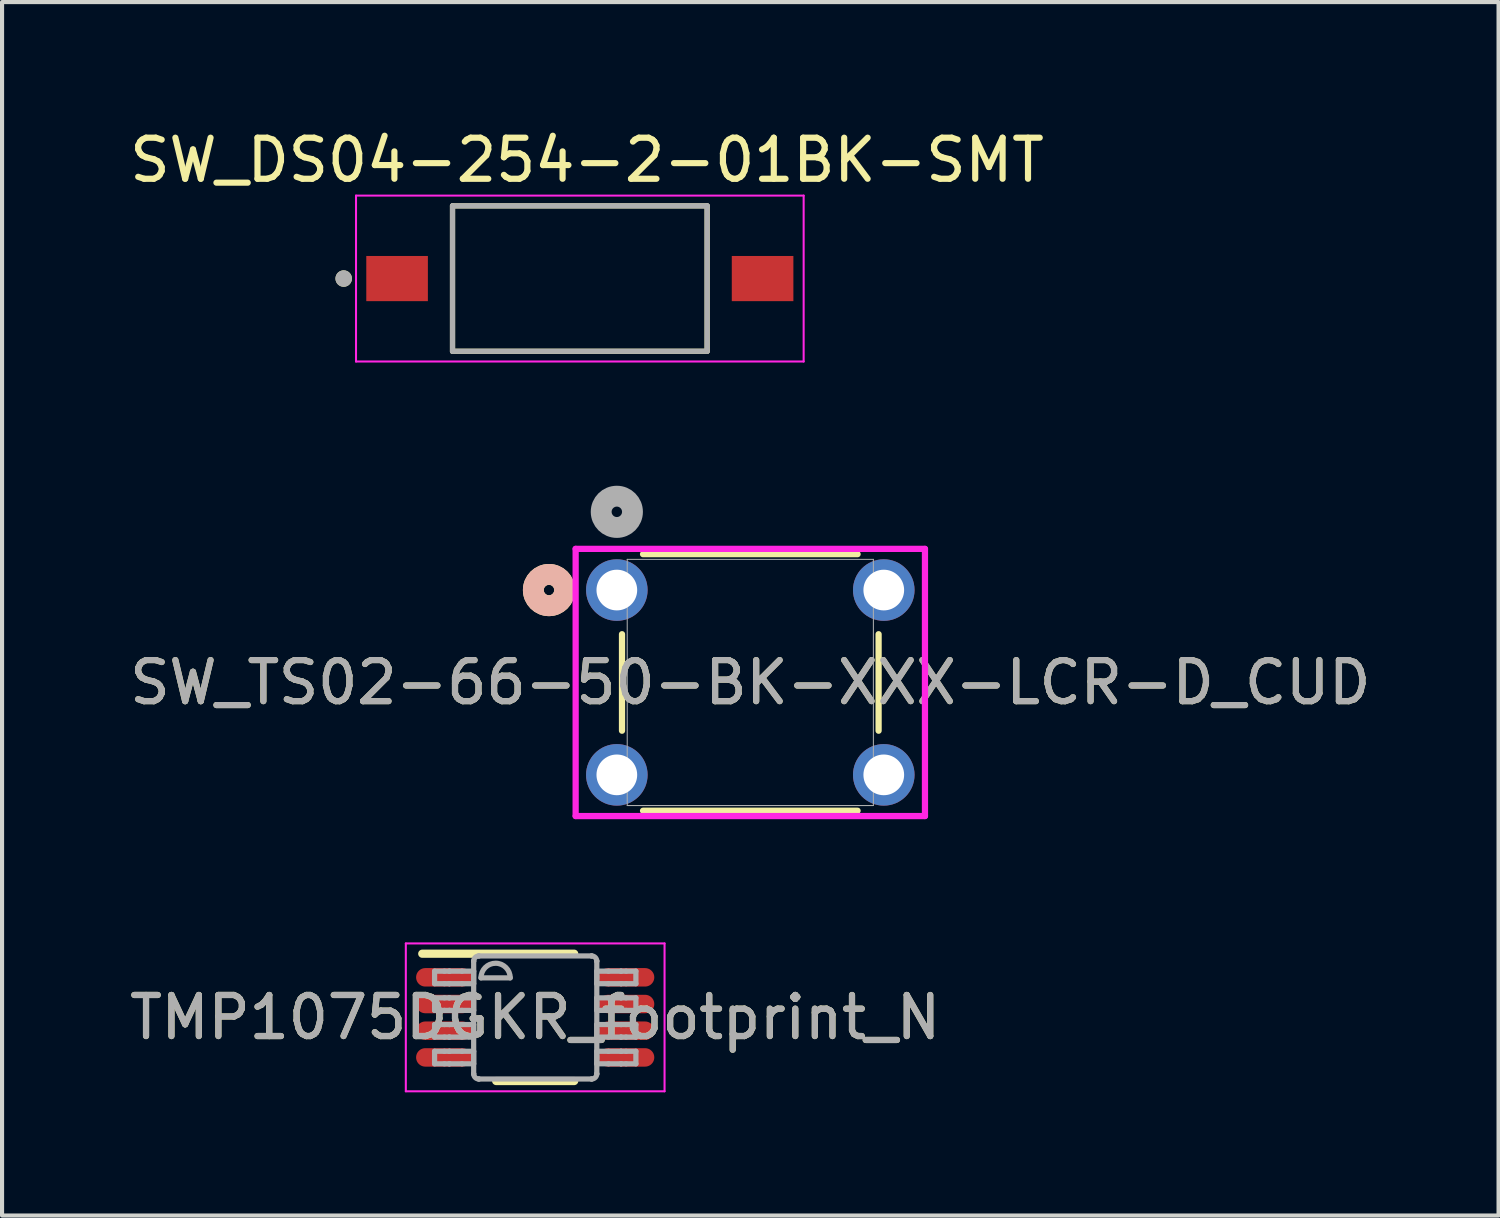
<source format=kicad_pcb>
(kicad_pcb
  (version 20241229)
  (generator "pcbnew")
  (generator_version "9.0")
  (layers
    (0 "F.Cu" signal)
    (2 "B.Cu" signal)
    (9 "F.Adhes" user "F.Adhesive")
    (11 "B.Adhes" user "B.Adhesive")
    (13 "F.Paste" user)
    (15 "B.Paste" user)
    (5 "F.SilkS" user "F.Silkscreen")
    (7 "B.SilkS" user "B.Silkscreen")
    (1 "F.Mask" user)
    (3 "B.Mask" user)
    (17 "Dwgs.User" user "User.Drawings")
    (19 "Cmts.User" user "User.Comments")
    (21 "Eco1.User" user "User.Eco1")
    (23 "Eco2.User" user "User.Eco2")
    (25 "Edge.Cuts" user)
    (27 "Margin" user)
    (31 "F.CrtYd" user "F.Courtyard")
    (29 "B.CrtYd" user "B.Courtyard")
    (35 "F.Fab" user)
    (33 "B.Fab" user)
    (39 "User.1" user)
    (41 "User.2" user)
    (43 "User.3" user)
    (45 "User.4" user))
  (footprint "SW_TS02-66-50-BK-XXX-LCR-D_CUD"
    (layer "F.Cu")
    (at 11.97 11.318)
    (property "Reference" "SW_TS02-66-50-BK-XXX-LCR-D_CUD" (at 3.25 2.25 0) (unlocked yes) (layer "F.SilkS") (effects (font (size 1 1) (thickness 0.15))))
    (attr through_hole)
    (fp_line (start 0.126 1.075) (end 0.126 3.425) (stroke (width 0.152) (type solid)) (layer "F.SilkS"))
    (fp_line (start 0.638 5.374) (end 5.862 5.374) (stroke (width 0.152) (type solid)) (layer "F.SilkS"))
    (fp_line (start 5.862 -0.874) (end 0.638 -0.874) (stroke (width 0.152) (type solid)) (layer "F.SilkS"))
    (fp_line (start 6.374 3.425) (end 6.374 1.075) (stroke (width 0.152) (type solid)) (layer "F.SilkS"))
    (fp_circle (center -1.652 0) (end -1.271 0) (stroke (width 0.508) (type solid)) (fill no) (layer "F.SilkS"))
    (fp_circle (center -1.652 0) (end -1.271 0) (stroke (width 0.508) (type solid)) (fill no) (layer "B.SilkS"))
    (fp_line (start -1.003 -1.003) (end -1.003 5.503) (stroke (width 0.152) (type solid)) (layer "F.CrtYd"))
    (fp_line (start -1.003 5.503) (end 7.503 5.503) (stroke (width 0.152) (type solid)) (layer "F.CrtYd"))
    (fp_line (start 7.503 -1.003) (end -1.003 -1.003) (stroke (width 0.152) (type solid)) (layer "F.CrtYd"))
    (fp_line (start 7.503 5.503) (end 7.503 -1.003) (stroke (width 0.152) (type solid)) (layer "F.CrtYd"))
    (fp_line (start 0.253 -0.747) (end 0.253 5.247) (stroke (width 0.025) (type solid)) (layer "F.Fab"))
    (fp_line (start 0.253 5.247) (end 6.247 5.247) (stroke (width 0.025) (type solid)) (layer "F.Fab"))
    (fp_line (start 6.247 -0.747) (end 0.253 -0.747) (stroke (width 0.025) (type solid)) (layer "F.Fab"))
    (fp_line (start 6.247 5.247) (end 6.247 -0.747) (stroke (width 0.025) (type solid)) (layer "F.Fab"))
    (fp_circle (center 0 -1.905) (end 0.381 -1.905) (stroke (width 0.508) (type solid)) (fill no) (layer "F.Fab"))
    (fp_text user "${REFERENCE}" (at 3.25 2.25 0) (unlocked yes) (layer "F.Fab") (effects (font (size 1 1) (thickness 0.15))))
    (pad "1" thru_hole circle (at 0 0) (size 1.499 1.499) (drill 0.991) (layers "*.Cu" "*.Mask"))
    (pad "2" thru_hole circle (at 6.5 0) (size 1.499 1.499) (drill 0.991) (layers "*.Cu" "*.Mask"))
    (pad "3" thru_hole circle (at 0 4.5) (size 1.499 1.499) (drill 0.991) (layers "*.Cu" "*.Mask"))
    (pad "4" thru_hole circle (at 6.5 4.5) (size 1.499 1.499) (drill 0.991) (layers "*.Cu" "*.Mask")))
  (footprint "TMP1075DGKR_footprint_N"
    (layer "F.Cu")
    (at 9.982 21.723)
    (property "Reference" "TMP1075DGKR_footprint_N" (at 0 0 0) (unlocked yes) (layer "F.SilkS") (effects (font (size 1 1) (thickness 0.15))))
    (attr smd)
    (fp_line (start -2.75 -1.55) (end 0.95 -1.55) (stroke (width 0.2) (type solid)) (layer "F.SilkS"))
    (fp_line (start -0.95 1.55) (end 0.95 1.55) (stroke (width 0.2) (type solid)) (layer "F.SilkS"))
    (fp_line (start -3.15 -1.8) (end 3.15 -1.8) (stroke (width 0.05) (type solid)) (layer "F.CrtYd"))
    (fp_line (start -3.15 1.8) (end -3.15 -1.8) (stroke (width 0.05) (type solid)) (layer "F.CrtYd"))
    (fp_line (start -3.15 1.8) (end 3.15 1.8) (stroke (width 0.05) (type solid)) (layer "F.CrtYd"))
    (fp_line (start 3.15 1.8) (end 3.15 -1.8) (stroke (width 0.05) (type solid)) (layer "F.CrtYd"))
    (fp_line (start -2.45 -1.125) (end -2.21 -1.125) (stroke (width 0.127) (type solid)) (layer "F.Fab"))
    (fp_line (start -2.45 -0.82) (end -2.45 -1.125) (stroke (width 0.127) (type solid)) (layer "F.Fab"))
    (fp_line (start -2.45 -0.82) (end -2.21 -0.82) (stroke (width 0.127) (type solid)) (layer "F.Fab"))
    (fp_line (start -2.45 -0.475) (end -2.21 -0.475) (stroke (width 0.127) (type solid)) (layer "F.Fab"))
    (fp_line (start -2.45 -0.17) (end -2.45 -0.475) (stroke (width 0.127) (type solid)) (layer "F.Fab"))
    (fp_line (start -2.45 -0.17) (end -2.21 -0.17) (stroke (width 0.127) (type solid)) (layer "F.Fab"))
    (fp_line (start -2.45 0.175) (end -2.21 0.175) (stroke (width 0.127) (type solid)) (layer "F.Fab"))
    (fp_line (start -2.45 0.48) (end -2.45 0.175) (stroke (width 0.127) (type solid)) (layer "F.Fab"))
    (fp_line (start -2.45 0.48) (end -2.21 0.48) (stroke (width 0.127) (type solid)) (layer "F.Fab"))
    (fp_line (start -2.45 0.826) (end -2.21 0.826) (stroke (width 0.127) (type solid)) (layer "F.Fab"))
    (fp_line (start -2.45 1.131) (end -2.45 0.826) (stroke (width 0.127) (type solid)) (layer "F.Fab"))
    (fp_line (start -2.45 1.131) (end -2.21 1.131) (stroke (width 0.127) (type solid)) (layer "F.Fab"))
    (fp_line (start -2.21 -1.125) (end -2.091 -1.125) (stroke (width 0.127) (type solid)) (layer "F.Fab"))
    (fp_line (start -2.21 -0.82) (end -2.091 -0.82) (stroke (width 0.127) (type solid)) (layer "F.Fab"))
    (fp_line (start -2.21 -0.475) (end -2.091 -0.475) (stroke (width 0.127) (type solid)) (layer "F.Fab"))
    (fp_line (start -2.21 -0.17) (end -2.091 -0.17) (stroke (width 0.127) (type solid)) (layer "F.Fab"))
    (fp_line (start -2.21 0.175) (end -2.091 0.175) (stroke (width 0.127) (type solid)) (layer "F.Fab"))
    (fp_line (start -2.21 0.48) (end -2.091 0.48) (stroke (width 0.127) (type solid)) (layer "F.Fab"))
    (fp_line (start -2.21 0.826) (end -2.091 0.826) (stroke (width 0.127) (type solid)) (layer "F.Fab"))
    (fp_line (start -2.21 1.131) (end -2.091 1.131) (stroke (width 0.127) (type solid)) (layer "F.Fab"))
    (fp_line (start -2.091 -1.125) (end -2.087 -1.125) (stroke (width 0.127) (type solid)) (layer "F.Fab"))
    (fp_line (start -2.091 -0.82) (end -2.087 -0.82) (stroke (width 0.127) (type solid)) (layer "F.Fab"))
    (fp_line (start -2.091 -0.475) (end -2.087 -0.475) (stroke (width 0.127) (type solid)) (layer "F.Fab"))
    (fp_line (start -2.091 -0.17) (end -2.087 -0.17) (stroke (width 0.127) (type solid)) (layer "F.Fab"))
    (fp_line (start -2.091 0.175) (end -2.087 0.175) (stroke (width 0.127) (type solid)) (layer "F.Fab"))
    (fp_line (start -2.091 0.48) (end -2.087 0.48) (stroke (width 0.127) (type solid)) (layer "F.Fab"))
    (fp_line (start -2.091 0.826) (end -2.087 0.826) (stroke (width 0.127) (type solid)) (layer "F.Fab"))
    (fp_line (start -2.091 1.131) (end -2.087 1.131) (stroke (width 0.127) (type solid)) (layer "F.Fab"))
    (fp_line (start -2.087 -1.125) (end -1.784 -1.125) (stroke (width 0.127) (type solid)) (layer "F.Fab"))
    (fp_line (start -2.087 -0.82) (end -1.784 -0.82) (stroke (width 0.127) (type solid)) (layer "F.Fab"))
    (fp_line (start -2.087 -0.475) (end -1.784 -0.475) (stroke (width 0.127) (type solid)) (layer "F.Fab"))
    (fp_line (start -2.087 -0.17) (end -1.784 -0.17) (stroke (width 0.127) (type solid)) (layer "F.Fab"))
    (fp_line (start -2.087 0.175) (end -1.784 0.175) (stroke (width 0.127) (type solid)) (layer "F.Fab"))
    (fp_line (start -2.087 0.48) (end -1.784 0.48) (stroke (width 0.127) (type solid)) (layer "F.Fab"))
    (fp_line (start -2.087 0.826) (end -1.784 0.826) (stroke (width 0.127) (type solid)) (layer "F.Fab"))
    (fp_line (start -2.087 1.131) (end -1.784 1.131) (stroke (width 0.127) (type solid)) (layer "F.Fab"))
    (fp_line (start -1.784 -1.125) (end -1.498 -1.125) (stroke (width 0.127) (type solid)) (layer "F.Fab"))
    (fp_line (start -1.784 -0.82) (end -1.498 -0.82) (stroke (width 0.127) (type solid)) (layer "F.Fab"))
    (fp_line (start -1.784 -0.475) (end -1.498 -0.475) (stroke (width 0.127) (type solid)) (layer "F.Fab"))
    (fp_line (start -1.784 -0.17) (end -1.498 -0.17) (stroke (width 0.127) (type solid)) (layer "F.Fab"))
    (fp_line (start -1.784 0.175) (end -1.498 0.175) (stroke (width 0.127) (type solid)) (layer "F.Fab"))
    (fp_line (start -1.784 0.48) (end -1.498 0.48) (stroke (width 0.127) (type solid)) (layer "F.Fab"))
    (fp_line (start -1.784 0.826) (end -1.498 0.826) (stroke (width 0.127) (type solid)) (layer "F.Fab"))
    (fp_line (start -1.784 1.131) (end -1.498 1.131) (stroke (width 0.127) (type solid)) (layer "F.Fab"))
    (fp_line (start -1.498 -1.369) (end -1.497 -1.372) (stroke (width 0.127) (type solid)) (layer "F.Fab"))
    (fp_line (start -1.498 -0.82) (end -1.498 -1.125) (stroke (width 0.127) (type solid)) (layer "F.Fab"))
    (fp_line (start -1.498 -0.17) (end -1.498 -0.475) (stroke (width 0.127) (type solid)) (layer "F.Fab"))
    (fp_line (start -1.498 0.48) (end -1.498 0.175) (stroke (width 0.127) (type solid)) (layer "F.Fab"))
    (fp_line (start -1.498 1.131) (end -1.498 0.826) (stroke (width 0.127) (type solid)) (layer "F.Fab"))
    (fp_line (start -1.498 1.374) (end -1.498 -1.369) (stroke (width 0.127) (type solid)) (layer "F.Fab"))
    (fp_line (start -1.498 1.374) (end -1.497 1.377) (stroke (width 0.127) (type solid)) (layer "F.Fab"))
    (fp_line (start -1.373 -1.496) (end -1.371 -1.496) (stroke (width 0.127) (type solid)) (layer "F.Fab"))
    (fp_line (start -1.373 1.501) (end -1.371 1.501) (stroke (width 0.127) (type solid)) (layer "F.Fab"))
    (fp_line (start -1.371 -1.496) (end 1.373 -1.496) (stroke (width 0.127) (type solid)) (layer "F.Fab"))
    (fp_line (start -1.371 1.501) (end 1.373 1.501) (stroke (width 0.127) (type solid)) (layer "F.Fab"))
    (fp_line (start -1.32 -0.962) (end -0.609 -0.962) (stroke (width 0.127) (type solid)) (layer "F.Fab"))
    (fp_line (start 1.373 -1.496) (end 1.375 -1.496) (stroke (width 0.127) (type solid)) (layer "F.Fab"))
    (fp_line (start 1.373 1.501) (end 1.375 1.501) (stroke (width 0.127) (type solid)) (layer "F.Fab"))
    (fp_line (start 1.5 -1.372) (end 1.5 -1.369) (stroke (width 0.127) (type solid)) (layer "F.Fab"))
    (fp_line (start 1.5 1.377) (end 1.5 1.374) (stroke (width 0.127) (type solid)) (layer "F.Fab"))
    (fp_line (start 1.5 -1.125) (end 1.786 -1.125) (stroke (width 0.127) (type solid)) (layer "F.Fab"))
    (fp_line (start 1.5 -0.82) (end 1.5 -1.125) (stroke (width 0.127) (type solid)) (layer "F.Fab"))
    (fp_line (start 1.5 -0.82) (end 1.786 -0.82) (stroke (width 0.127) (type solid)) (layer "F.Fab"))
    (fp_line (start 1.5 -0.475) (end 1.786 -0.475) (stroke (width 0.127) (type solid)) (layer "F.Fab"))
    (fp_line (start 1.5 -0.17) (end 1.5 -0.475) (stroke (width 0.127) (type solid)) (layer "F.Fab"))
    (fp_line (start 1.5 -0.17) (end 1.786 -0.17) (stroke (width 0.127) (type solid)) (layer "F.Fab"))
    (fp_line (start 1.5 0.175) (end 1.786 0.175) (stroke (width 0.127) (type solid)) (layer "F.Fab"))
    (fp_line (start 1.5 0.48) (end 1.5 0.175) (stroke (width 0.127) (type solid)) (layer "F.Fab"))
    (fp_line (start 1.5 0.48) (end 1.786 0.48) (stroke (width 0.127) (type solid)) (layer "F.Fab"))
    (fp_line (start 1.5 0.826) (end 1.786 0.826) (stroke (width 0.127) (type solid)) (layer "F.Fab"))
    (fp_line (start 1.5 1.131) (end 1.5 0.826) (stroke (width 0.127) (type solid)) (layer "F.Fab"))
    (fp_line (start 1.5 1.131) (end 1.786 1.131) (stroke (width 0.127) (type solid)) (layer "F.Fab"))
    (fp_line (start 1.5 1.374) (end 1.5 -1.369) (stroke (width 0.127) (type solid)) (layer "F.Fab"))
    (fp_line (start 1.786 -1.125) (end 2.089 -1.125) (stroke (width 0.127) (type solid)) (layer "F.Fab"))
    (fp_line (start 1.786 -0.82) (end 2.089 -0.82) (stroke (width 0.127) (type solid)) (layer "F.Fab"))
    (fp_line (start 1.786 -0.475) (end 2.089 -0.475) (stroke (width 0.127) (type solid)) (layer "F.Fab"))
    (fp_line (start 1.786 -0.17) (end 2.089 -0.17) (stroke (width 0.127) (type solid)) (layer "F.Fab"))
    (fp_line (start 1.786 0.175) (end 2.089 0.175) (stroke (width 0.127) (type solid)) (layer "F.Fab"))
    (fp_line (start 1.786 0.48) (end 2.089 0.48) (stroke (width 0.127) (type solid)) (layer "F.Fab"))
    (fp_line (start 1.786 0.826) (end 2.089 0.826) (stroke (width 0.127) (type solid)) (layer "F.Fab"))
    (fp_line (start 1.786 1.131) (end 2.089 1.131) (stroke (width 0.127) (type solid)) (layer "F.Fab"))
    (fp_line (start 2.089 -1.125) (end 2.093 -1.125) (stroke (width 0.127) (type solid)) (layer "F.Fab"))
    (fp_line (start 2.089 -0.82) (end 2.093 -0.82) (stroke (width 0.127) (type solid)) (layer "F.Fab"))
    (fp_line (start 2.089 -0.475) (end 2.093 -0.475) (stroke (width 0.127) (type solid)) (layer "F.Fab"))
    (fp_line (start 2.089 -0.17) (end 2.093 -0.17) (stroke (width 0.127) (type solid)) (layer "F.Fab"))
    (fp_line (start 2.089 0.175) (end 2.093 0.175) (stroke (width 0.127) (type solid)) (layer "F.Fab"))
    (fp_line (start 2.089 0.48) (end 2.093 0.48) (stroke (width 0.127) (type solid)) (layer "F.Fab"))
    (fp_line (start 2.089 0.826) (end 2.093 0.826) (stroke (width 0.127) (type solid)) (layer "F.Fab"))
    (fp_line (start 2.089 1.131) (end 2.093 1.131) (stroke (width 0.127) (type solid)) (layer "F.Fab"))
    (fp_line (start 2.093 -1.125) (end 2.213 -1.125) (stroke (width 0.127) (type solid)) (layer "F.Fab"))
    (fp_line (start 2.093 -0.82) (end 2.213 -0.82) (stroke (width 0.127) (type solid)) (layer "F.Fab"))
    (fp_line (start 2.093 -0.475) (end 2.213 -0.475) (stroke (width 0.127) (type solid)) (layer "F.Fab"))
    (fp_line (start 2.093 -0.17) (end 2.213 -0.17) (stroke (width 0.127) (type solid)) (layer "F.Fab"))
    (fp_line (start 2.093 0.175) (end 2.213 0.175) (stroke (width 0.127) (type solid)) (layer "F.Fab"))
    (fp_line (start 2.093 0.48) (end 2.213 0.48) (stroke (width 0.127) (type solid)) (layer "F.Fab"))
    (fp_line (start 2.093 0.826) (end 2.213 0.826) (stroke (width 0.127) (type solid)) (layer "F.Fab"))
    (fp_line (start 2.093 1.131) (end 2.213 1.131) (stroke (width 0.127) (type solid)) (layer "F.Fab"))
    (fp_line (start 2.213 -1.125) (end 2.452 -1.125) (stroke (width 0.127) (type solid)) (layer "F.Fab"))
    (fp_line (start 2.213 -0.82) (end 2.452 -0.82) (stroke (width 0.127) (type solid)) (layer "F.Fab"))
    (fp_line (start 2.213 -0.475) (end 2.452 -0.475) (stroke (width 0.127) (type solid)) (layer "F.Fab"))
    (fp_line (start 2.213 -0.17) (end 2.452 -0.17) (stroke (width 0.127) (type solid)) (layer "F.Fab"))
    (fp_line (start 2.213 0.175) (end 2.452 0.175) (stroke (width 0.127) (type solid)) (layer "F.Fab"))
    (fp_line (start 2.213 0.48) (end 2.452 0.48) (stroke (width 0.127) (type solid)) (layer "F.Fab"))
    (fp_line (start 2.213 0.826) (end 2.452 0.826) (stroke (width 0.127) (type solid)) (layer "F.Fab"))
    (fp_line (start 2.213 1.131) (end 2.452 1.131) (stroke (width 0.127) (type solid)) (layer "F.Fab"))
    (fp_line (start 2.452 -0.82) (end 2.452 -1.125) (stroke (width 0.127) (type solid)) (layer "F.Fab"))
    (fp_line (start 2.452 -0.17) (end 2.452 -0.475) (stroke (width 0.127) (type solid)) (layer "F.Fab"))
    (fp_line (start 2.452 0.48) (end 2.452 0.175) (stroke (width 0.127) (type solid)) (layer "F.Fab"))
    (fp_line (start 2.452 1.131) (end 2.452 0.826) (stroke (width 0.127) (type solid)) (layer "F.Fab"))
    (fp_arc (start -1.497476 -1.371582) (mid -1.460306 -1.458644) (end -1.373243 -1.495814) (stroke (width 0.127) (type solid)) (layer "F.Fab"))
    (fp_arc (start -1.373243 1.501336) (mid -1.460306 1.464166) (end -1.497476 1.377104) (stroke (width 0.127) (type solid)) (layer "F.Fab"))
    (fp_arc (start -1.3197 -0.962439) (mid -0.9641 -1.318039) (end -0.6085 -0.962439) (stroke (width 0.127) (type solid)) (layer "F.Fab"))
    (fp_arc (start 1.375443 -1.495814) (mid 1.462519 -1.458647) (end 1.499675 -1.371582) (stroke (width 0.127) (type solid)) (layer "F.Fab"))
    (fp_arc (start 1.499675 1.377104) (mid 1.462505 1.464166) (end 1.375443 1.501336) (stroke (width 0.127) (type solid)) (layer "F.Fab"))
    (fp_text user "${REFERENCE}" (at 0 0 0) (unlocked yes) (layer "F.Fab") (effects (font (size 1 1) (thickness 0.15))))
    (pad "1" smd oval (at -2.225 -0.975 90) (size 0.45 1.35) (layers "F.Cu" "F.Mask" "F.Paste"))
    (pad "2" smd oval (at -2.225 -0.325 90) (size 0.45 1.35) (layers "F.Cu" "F.Mask" "F.Paste"))
    (pad "3" smd oval (at -2.225 0.325 90) (size 0.45 1.35) (layers "F.Cu" "F.Mask" "F.Paste"))
    (pad "4" smd oval (at -2.225 0.975 90) (size 0.45 1.35) (layers "F.Cu" "F.Mask" "F.Paste"))
    (pad "5" smd oval (at 2.225 0.975 90) (size 0.45 1.35) (layers "F.Cu" "F.Mask" "F.Paste"))
    (pad "6" smd oval (at 2.225 0.325 90) (size 0.45 1.35) (layers "F.Cu" "F.Mask" "F.Paste"))
    (pad "7" smd oval (at 2.225 -0.325 90) (size 0.45 1.35) (layers "F.Cu" "F.Mask" "F.Paste"))
    (pad "8" smd oval (at 2.225 -0.975 90) (size 0.45 1.35) (layers "F.Cu" "F.Mask" "F.Paste")))
  (footprint "SW_DS04-254-2-01BK-SMT"
    (layer "F.Cu")
    (at 11.069 3.733)
    (property "Reference" "SW_DS04-254-2-01BK-SMT" (at 0.175 -2.885 180) (layer "F.SilkS") (effects (font (size 1 1) (thickness 0.15))))
    (attr smd)
    (fp_line (start -3.1 -1.77) (end 3.1 -1.77) (stroke (width 0.127) (type solid)) (layer "F.SilkS"))
    (fp_line (start -3.1 1.77) (end -3.1 -1.77) (stroke (width 0.127) (type solid)) (layer "F.SilkS"))
    (fp_line (start 3.1 -1.77) (end 3.1 1.77) (stroke (width 0.127) (type solid)) (layer "F.SilkS"))
    (fp_line (start 3.1 1.77) (end -3.1 1.77) (stroke (width 0.127) (type solid)) (layer "F.SilkS"))
    (fp_circle (center -5.75 0) (end -5.65 0) (stroke (width 0.2) (type solid)) (fill no) (layer "F.SilkS"))
    (fp_line (start -5.45 -2.02) (end -5.45 2.02) (stroke (width 0.05) (type solid)) (layer "F.CrtYd"))
    (fp_line (start -5.45 2.02) (end 5.45 2.02) (stroke (width 0.05) (type solid)) (layer "F.CrtYd"))
    (fp_line (start 5.45 -2.02) (end -5.45 -2.02) (stroke (width 0.05) (type solid)) (layer "F.CrtYd"))
    (fp_line (start 5.45 2.02) (end 5.45 -2.02) (stroke (width 0.05) (type solid)) (layer "F.CrtYd"))
    (fp_line (start -3.1 -1.77) (end 3.1 -1.77) (stroke (width 0.127) (type solid)) (layer "F.Fab"))
    (fp_line (start -3.1 1.77) (end -3.1 -1.77) (stroke (width 0.127) (type solid)) (layer "F.Fab"))
    (fp_line (start 3.1 -1.77) (end 3.1 1.77) (stroke (width 0.127) (type solid)) (layer "F.Fab"))
    (fp_line (start 3.1 1.77) (end -3.1 1.77) (stroke (width 0.127) (type solid)) (layer "F.Fab"))
    (fp_circle (center -5.75 0) (end -5.65 0) (stroke (width 0.2) (type solid)) (fill no) (layer "F.Fab"))
    (pad "" smd rect (at -4.45 0) (size 1.5 1.1) (layers "F.Cu" "F.Mask" "F.Paste"))
    (pad "1B" smd rect (at 4.45 0) (size 1.5 1.1) (layers "F.Cu" "F.Mask" "F.Paste")))
  (gr_rect
    (start -3 -3)
    (end 33.44 26.548)
    (stroke (width 0.1) (type default))
    (fill no)
    (layer "Edge.Cuts")))
</source>
